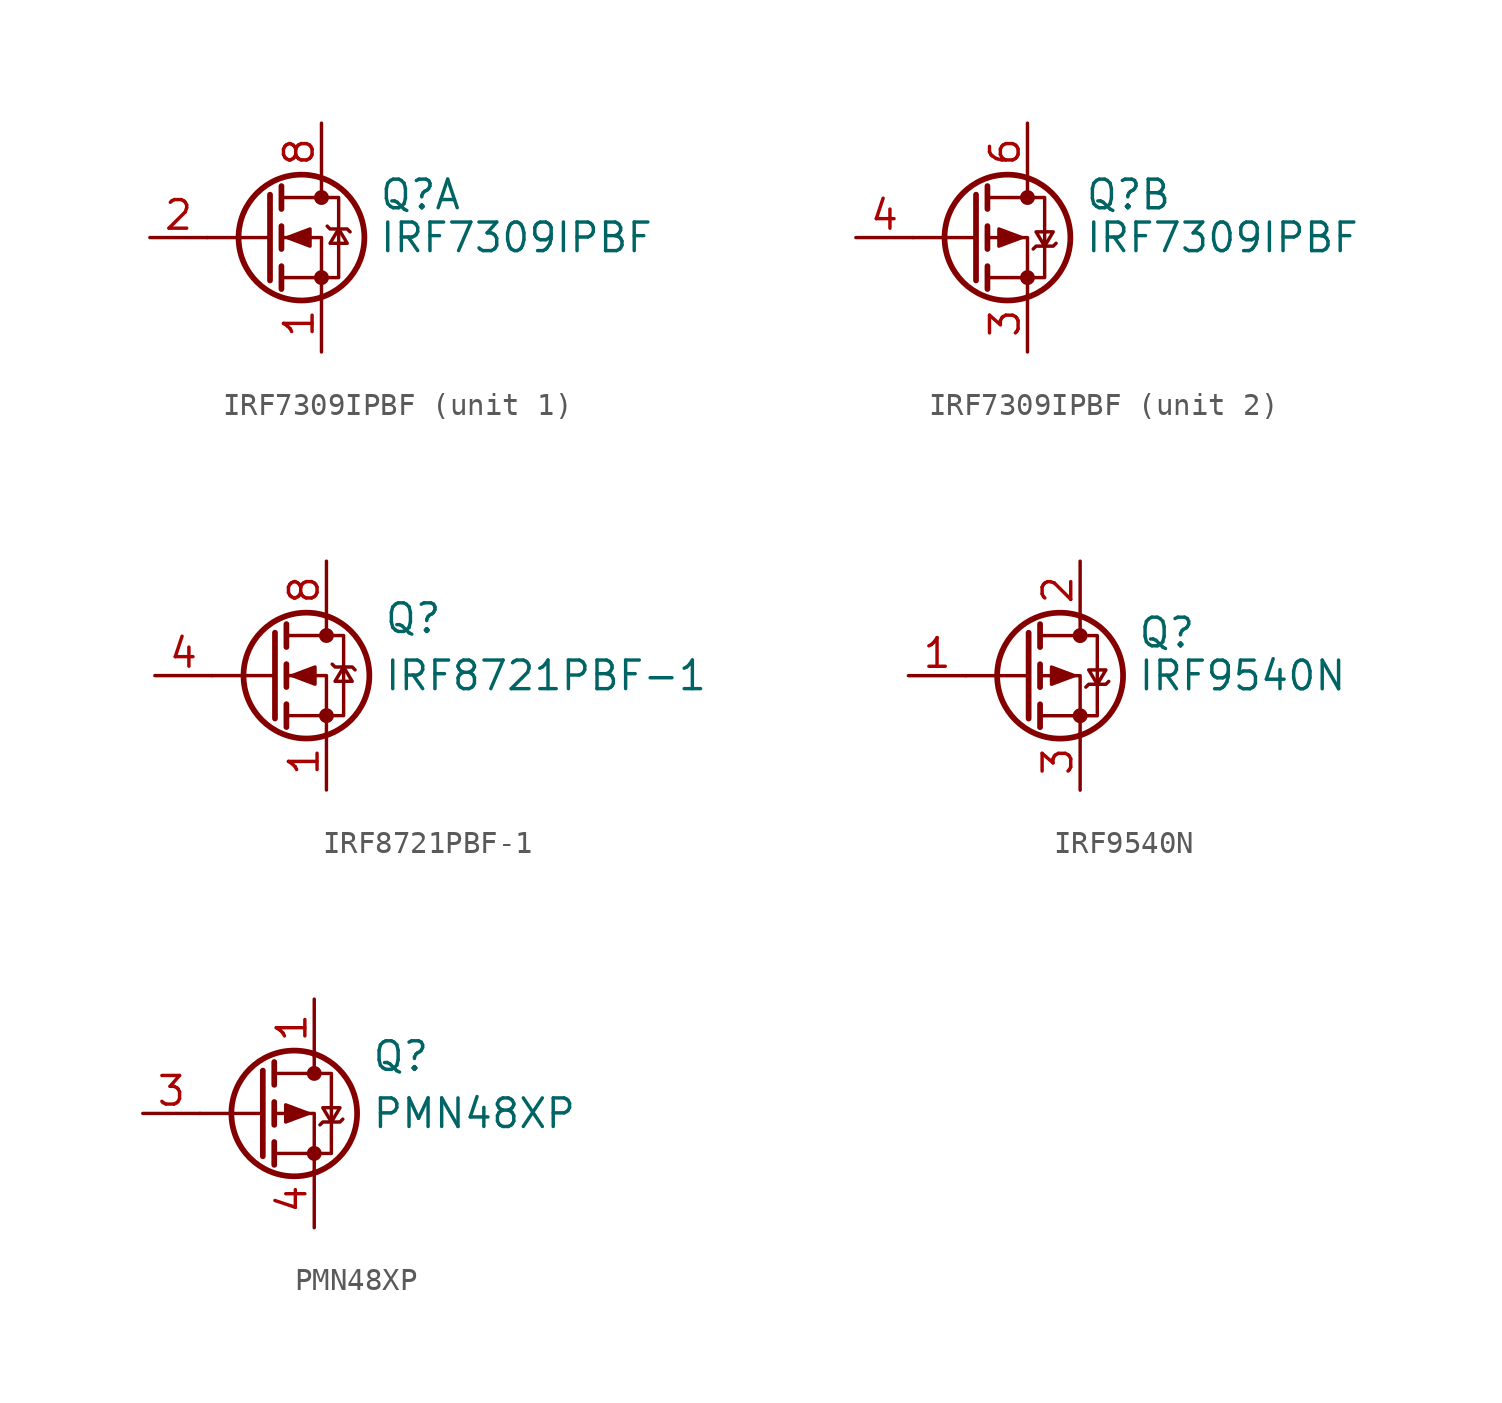
<source format=kicad_sym>
(kicad_symbol_lib
  (version 20220914)
  (generator kicad_symbol_editor)
  (symbol "IRF7309IPBF"
    (pin_names hide)
    (property "Reference" "Q"
      (at 5.08 1.905 0)
      (effects (font (size 1.27 1.27)) (justify left)))
    (property "Value" "IRF7309IPBF"
      (at 5.08 0 0)
      (effects (font (size 1.27 1.27)) (justify left)))
    (symbol "IRF7309IPBF_0_1"
      (polyline (pts (xy 0.254 0) (xy -2.54 0)) (stroke (width 0) (type default)) (fill (type none)))
      (polyline (pts (xy 0.254 1.905) (xy 0.254 -1.905)) (stroke (width 0.254) (type default)) (fill (type none)))
      (polyline (pts (xy 0.762 -1.27) (xy 0.762 -2.286)) (stroke (width 0.254) (type default)) (fill (type none)))
      (polyline (pts (xy 0.762 0.508) (xy 0.762 -0.508)) (stroke (width 0.254) (type default)) (fill (type none)))
      (polyline (pts (xy 0.762 2.286) (xy 0.762 1.27)) (stroke (width 0.254) (type default)) (fill (type none)))
      (polyline (pts (xy 2.54 2.54) (xy 2.54 1.778)) (stroke (width 0) (type default)) (fill (type none)))
      (polyline (pts (xy 2.54 -2.54) (xy 2.54 0) (xy 0.762 0)) (stroke (width 0) (type default)) (fill (type none)))
      (polyline (pts (xy 0.762 -1.778) (xy 3.302 -1.778) (xy 3.302 1.778) (xy 0.762 1.778)) (stroke (width 0) (type default)) (fill (type none)))
      (circle (center 1.651 0) (radius 2.794) (stroke (width 0.254) (type default)) (fill (type none)))
      (circle (center 2.54 -1.778) (radius 0.254) (stroke (width 0) (type default)) (fill (type outline)))
      (circle (center 2.54 1.778) (radius 0.254) (stroke (width 0) (type default)) (fill (type outline))))
    (symbol "IRF7309IPBF_1_1"
      (polyline (pts (xy 1.016 0) (xy 2.032 0.381) (xy 2.032 -0.381) (xy 1.016 0)) (stroke (width 0) (type default)) (fill (type outline)))
      (polyline (pts (xy 2.794 0.508) (xy 2.921 0.381) (xy 3.683 0.381) (xy 3.81 0.254)) (stroke (width 0) (type default)) (fill (type none)))
      (polyline (pts (xy 3.302 0.381) (xy 2.921 -0.254) (xy 3.683 -0.254) (xy 3.302 0.381)) (stroke (width 0) (type default)) (fill (type none)))
      (pin passive line (at 2.54 -5.08 90) (length 2.54) (name "S" (effects (font (size 1.27 1.27)))) (number "1" (effects (font (size 1.27 1.27)))))
      (pin input line (at -5.08 0 0) (length 2.54) (name "G" (effects (font (size 1.27 1.27)))) (number "2" (effects (font (size 1.27 1.27)))))
      (pin passive line (at 2.54 5.08 270) (length 2.54) hide (name "D" (effects (font (size 1.27 1.27)))) (number "7" (effects (font (size 1.27 1.27)))))
      (pin passive line (at 2.54 5.08 270) (length 2.54) (name "D" (effects (font (size 1.27 1.27)))) (number "8" (effects (font (size 1.27 1.27))))))
    (symbol "IRF7309IPBF_2_1"
      (polyline (pts (xy 2.286 0) (xy 1.27 0.381) (xy 1.27 -0.381) (xy 2.286 0)) (stroke (width 0) (type default)) (fill (type outline)))
      (polyline (pts (xy 2.794 -0.508) (xy 2.921 -0.381) (xy 3.683 -0.381) (xy 3.81 -0.254)) (stroke (width 0) (type default)) (fill (type none)))
      (polyline (pts (xy 3.302 -0.381) (xy 2.921 0.254) (xy 3.683 0.254) (xy 3.302 -0.381)) (stroke (width 0) (type default)) (fill (type none)))
      (pin passive line (at 2.54 -5.08 90) (length 2.54) (name "1" (effects (font (size 1.27 1.27)))) (number "3" (effects (font (size 1.27 1.27)))))
      (pin input line (at -5.08 0 0) (length 2.54) (name "G" (effects (font (size 1.27 1.27)))) (number "4" (effects (font (size 1.27 1.27)))))
      (pin passive line (at 2.54 5.08 270) (length 2.54) hide (name "D" (effects (font (size 1.27 1.27)))) (number "5" (effects (font (size 1.27 1.27)))))
      (pin passive line (at 2.54 5.08 270) (length 2.54) (name "D" (effects (font (size 1.27 1.27)))) (number "6" (effects (font (size 1.27 1.27)))))))
  (symbol "IRF8721PBF-1"
    (pin_names hide)
    (property "Reference" "Q"
      (at 5.08 2.54 0)
      (effects (font (size 1.27 1.27)) (justify left)))
    (property "Value" "IRF8721PBF-1"
      (at 5.08 0 0)
      (effects (font (size 1.27 1.27)) (justify left)))
    (symbol "IRF8721PBF-1_0_1"
      (polyline (pts (xy 0.254 0) (xy -2.54 0)) (stroke (width 0) (type default)) (fill (type none)))
      (polyline (pts (xy 0.254 1.905) (xy 0.254 -1.905)) (stroke (width 0.254) (type default)) (fill (type none)))
      (polyline (pts (xy 0.762 -1.27) (xy 0.762 -2.286)) (stroke (width 0.254) (type default)) (fill (type none)))
      (polyline (pts (xy 0.762 0.508) (xy 0.762 -0.508)) (stroke (width 0.254) (type default)) (fill (type none)))
      (polyline (pts (xy 0.762 2.286) (xy 0.762 1.27)) (stroke (width 0.254) (type default)) (fill (type none)))
      (polyline (pts (xy 2.54 2.54) (xy 2.54 1.778)) (stroke (width 0) (type default)) (fill (type none)))
      (polyline (pts (xy 2.54 -2.54) (xy 2.54 0) (xy 0.762 0)) (stroke (width 0) (type default)) (fill (type none)))
      (polyline (pts (xy 0.762 -1.778) (xy 3.302 -1.778) (xy 3.302 1.778) (xy 0.762 1.778)) (stroke (width 0) (type default)) (fill (type none)))
      (polyline (pts (xy 1.016 0) (xy 2.032 0.381) (xy 2.032 -0.381) (xy 1.016 0)) (stroke (width 0) (type default)) (fill (type outline)))
      (polyline (pts (xy 2.794 0.508) (xy 2.921 0.381) (xy 3.683 0.381) (xy 3.81 0.254)) (stroke (width 0) (type default)) (fill (type none)))
      (polyline (pts (xy 3.302 0.381) (xy 2.921 -0.254) (xy 3.683 -0.254) (xy 3.302 0.381)) (stroke (width 0) (type default)) (fill (type none)))
      (circle (center 1.651 0) (radius 2.794) (stroke (width 0.254) (type default)) (fill (type none)))
      (circle (center 2.54 -1.778) (radius 0.254) (stroke (width 0) (type default)) (fill (type outline)))
      (circle (center 2.54 1.778) (radius 0.254) (stroke (width 0) (type default)) (fill (type outline))))
    (symbol "IRF8721PBF-1_1_1"
      (pin passive line (at 2.54 -5.08 90) (length 2.54) (name "S" (effects (font (size 1.27 1.27)))) (number "1" (effects (font (size 1.27 1.27)))))
      (pin passive line (at 2.54 -5.08 90) (length 2.54) hide (name "S" (effects (font (size 1.27 1.27)))) (number "2" (effects (font (size 1.27 1.27)))))
      (pin passive line (at 2.54 -5.08 90) (length 2.54) hide (name "S" (effects (font (size 1.27 1.27)))) (number "3" (effects (font (size 1.27 1.27)))))
      (pin input line (at -5.08 0 0) (length 2.54) (name "G" (effects (font (size 1.27 1.27)))) (number "4" (effects (font (size 1.27 1.27)))))
      (pin passive line (at 2.54 5.08 270) (length 2.54) hide (name "D" (effects (font (size 1.27 1.27)))) (number "5" (effects (font (size 1.27 1.27)))))
      (pin passive line (at 2.54 5.08 270) (length 2.54) hide (name "D" (effects (font (size 1.27 1.27)))) (number "6" (effects (font (size 1.27 1.27)))))
      (pin passive line (at 2.54 5.08 270) (length 2.54) hide (name "D" (effects (font (size 1.27 1.27)))) (number "7" (effects (font (size 1.27 1.27)))))
      (pin passive line (at 2.54 5.08 270) (length 2.54) (name "D" (effects (font (size 1.27 1.27)))) (number "8" (effects (font (size 1.27 1.27)))))))
  (symbol "IRF9540N"
    (pin_names hide)
    (property "Reference" "Q"
      (at 5.08 1.905 0)
      (effects (font (size 1.27 1.27)) (justify left)))
    (property "Value" "IRF9540N"
      (at 5.08 0 0)
      (effects (font (size 1.27 1.27)) (justify left)))
    (symbol "IRF9540N_0_1"
      (polyline (pts (xy 0.254 0) (xy -2.54 0)) (stroke (width 0) (type default)) (fill (type none)))
      (polyline (pts (xy 0.254 1.905) (xy 0.254 -1.905)) (stroke (width 0.254) (type default)) (fill (type none)))
      (polyline (pts (xy 0.762 -1.27) (xy 0.762 -2.286)) (stroke (width 0.254) (type default)) (fill (type none)))
      (polyline (pts (xy 0.762 0.508) (xy 0.762 -0.508)) (stroke (width 0.254) (type default)) (fill (type none)))
      (polyline (pts (xy 0.762 2.286) (xy 0.762 1.27)) (stroke (width 0.254) (type default)) (fill (type none)))
      (polyline (pts (xy 2.54 2.54) (xy 2.54 1.778)) (stroke (width 0) (type default)) (fill (type none)))
      (polyline (pts (xy 2.54 -2.54) (xy 2.54 0) (xy 0.762 0)) (stroke (width 0) (type default)) (fill (type none)))
      (polyline (pts (xy 0.762 1.778) (xy 3.302 1.778) (xy 3.302 -1.778) (xy 0.762 -1.778)) (stroke (width 0) (type default)) (fill (type none)))
      (polyline (pts (xy 2.286 0) (xy 1.27 0.381) (xy 1.27 -0.381) (xy 2.286 0)) (stroke (width 0) (type default)) (fill (type outline)))
      (polyline (pts (xy 2.794 -0.508) (xy 2.921 -0.381) (xy 3.683 -0.381) (xy 3.81 -0.254)) (stroke (width 0) (type default)) (fill (type none)))
      (polyline (pts (xy 3.302 -0.381) (xy 2.921 0.254) (xy 3.683 0.254) (xy 3.302 -0.381)) (stroke (width 0) (type default)) (fill (type none)))
      (circle (center 1.651 0) (radius 2.794) (stroke (width 0.254) (type default)) (fill (type none)))
      (circle (center 2.54 -1.778) (radius 0.254) (stroke (width 0) (type default)) (fill (type outline)))
      (circle (center 2.54 1.778) (radius 0.254) (stroke (width 0) (type default)) (fill (type outline))))
    (symbol "IRF9540N_1_1"
      (pin input line (at -5.08 0 0) (length 2.54) (name "G" (effects (font (size 1.27 1.27)))) (number "1" (effects (font (size 1.27 1.27)))))
      (pin passive line (at 2.54 5.08 270) (length 2.54) (name "D" (effects (font (size 1.27 1.27)))) (number "2" (effects (font (size 1.27 1.27)))))
      (pin passive line (at 2.54 -5.08 90) (length 2.54) (name "S" (effects (font (size 1.27 1.27)))) (number "3" (effects (font (size 1.27 1.27)))))))
  (symbol "PMN48XP"
    (pin_names hide)
    (property "Reference" "Q"
      (at 5.08 2.54 0)
      (effects (font (size 1.27 1.27)) (justify left)))
    (property "Value" "PMN48XP"
      (at 5.08 0 0)
      (effects (font (size 1.27 1.27)) (justify left)))
    (symbol "PMN48XP_0_1"
      (polyline (pts (xy 0.254 0) (xy -2.54 0)) (stroke (width 0) (type default)) (fill (type none)))
      (polyline (pts (xy 0.254 1.905) (xy 0.254 -1.905)) (stroke (width 0.254) (type default)) (fill (type none)))
      (polyline (pts (xy 0.762 -1.27) (xy 0.762 -2.286)) (stroke (width 0.254) (type default)) (fill (type none)))
      (polyline (pts (xy 0.762 0.508) (xy 0.762 -0.508)) (stroke (width 0.254) (type default)) (fill (type none)))
      (polyline (pts (xy 0.762 2.286) (xy 0.762 1.27)) (stroke (width 0.254) (type default)) (fill (type none)))
      (polyline (pts (xy 2.54 2.54) (xy 2.54 1.778)) (stroke (width 0) (type default)) (fill (type none)))
      (polyline (pts (xy 2.54 -2.54) (xy 2.54 0) (xy 0.762 0)) (stroke (width 0) (type default)) (fill (type none)))
      (polyline (pts (xy 0.762 1.778) (xy 3.302 1.778) (xy 3.302 -1.778) (xy 0.762 -1.778)) (stroke (width 0) (type default)) (fill (type none)))
      (polyline (pts (xy 2.286 0) (xy 1.27 0.381) (xy 1.27 -0.381) (xy 2.286 0)) (stroke (width 0) (type default)) (fill (type outline)))
      (polyline (pts (xy 2.794 -0.508) (xy 2.921 -0.381) (xy 3.683 -0.381) (xy 3.81 -0.254)) (stroke (width 0) (type default)) (fill (type none)))
      (polyline (pts (xy 3.302 -0.381) (xy 2.921 0.254) (xy 3.683 0.254) (xy 3.302 -0.381)) (stroke (width 0) (type default)) (fill (type none)))
      (circle (center 1.651 0) (radius 2.794) (stroke (width 0.254) (type default)) (fill (type none)))
      (circle (center 2.54 -1.778) (radius 0.254) (stroke (width 0) (type default)) (fill (type outline)))
      (circle (center 2.54 1.778) (radius 0.254) (stroke (width 0) (type default)) (fill (type outline))))
    (symbol "PMN48XP_1_1"
      (pin passive line (at 2.54 5.08 270) (length 2.54) (name "D" (effects (font (size 1.27 1.27)))) (number "1" (effects (font (size 1.27 1.27)))))
      (pin passive line (at 2.54 5.08 270) (length 2.54) hide (name "D" (effects (font (size 1.27 1.27)))) (number "2" (effects (font (size 1.27 1.27)))))
      (pin passive line (at -5.08 0 0) (length 2.54) (name "G" (effects (font (size 1.27 1.27)))) (number "3" (effects (font (size 1.27 1.27)))))
      (pin passive line (at 2.54 -5.08 90) (length 2.54) (name "S" (effects (font (size 1.27 1.27)))) (number "4" (effects (font (size 1.27 1.27)))))
      (pin passive line (at 2.54 5.08 270) (length 2.54) hide (name "D" (effects (font (size 1.27 1.27)))) (number "5" (effects (font (size 1.27 1.27)))))
      (pin passive line (at 2.54 5.08 270) (length 2.54) hide (name "D" (effects (font (size 1.27 1.27)))) (number "6" (effects (font (size 1.27 1.27))))))))
</source>
